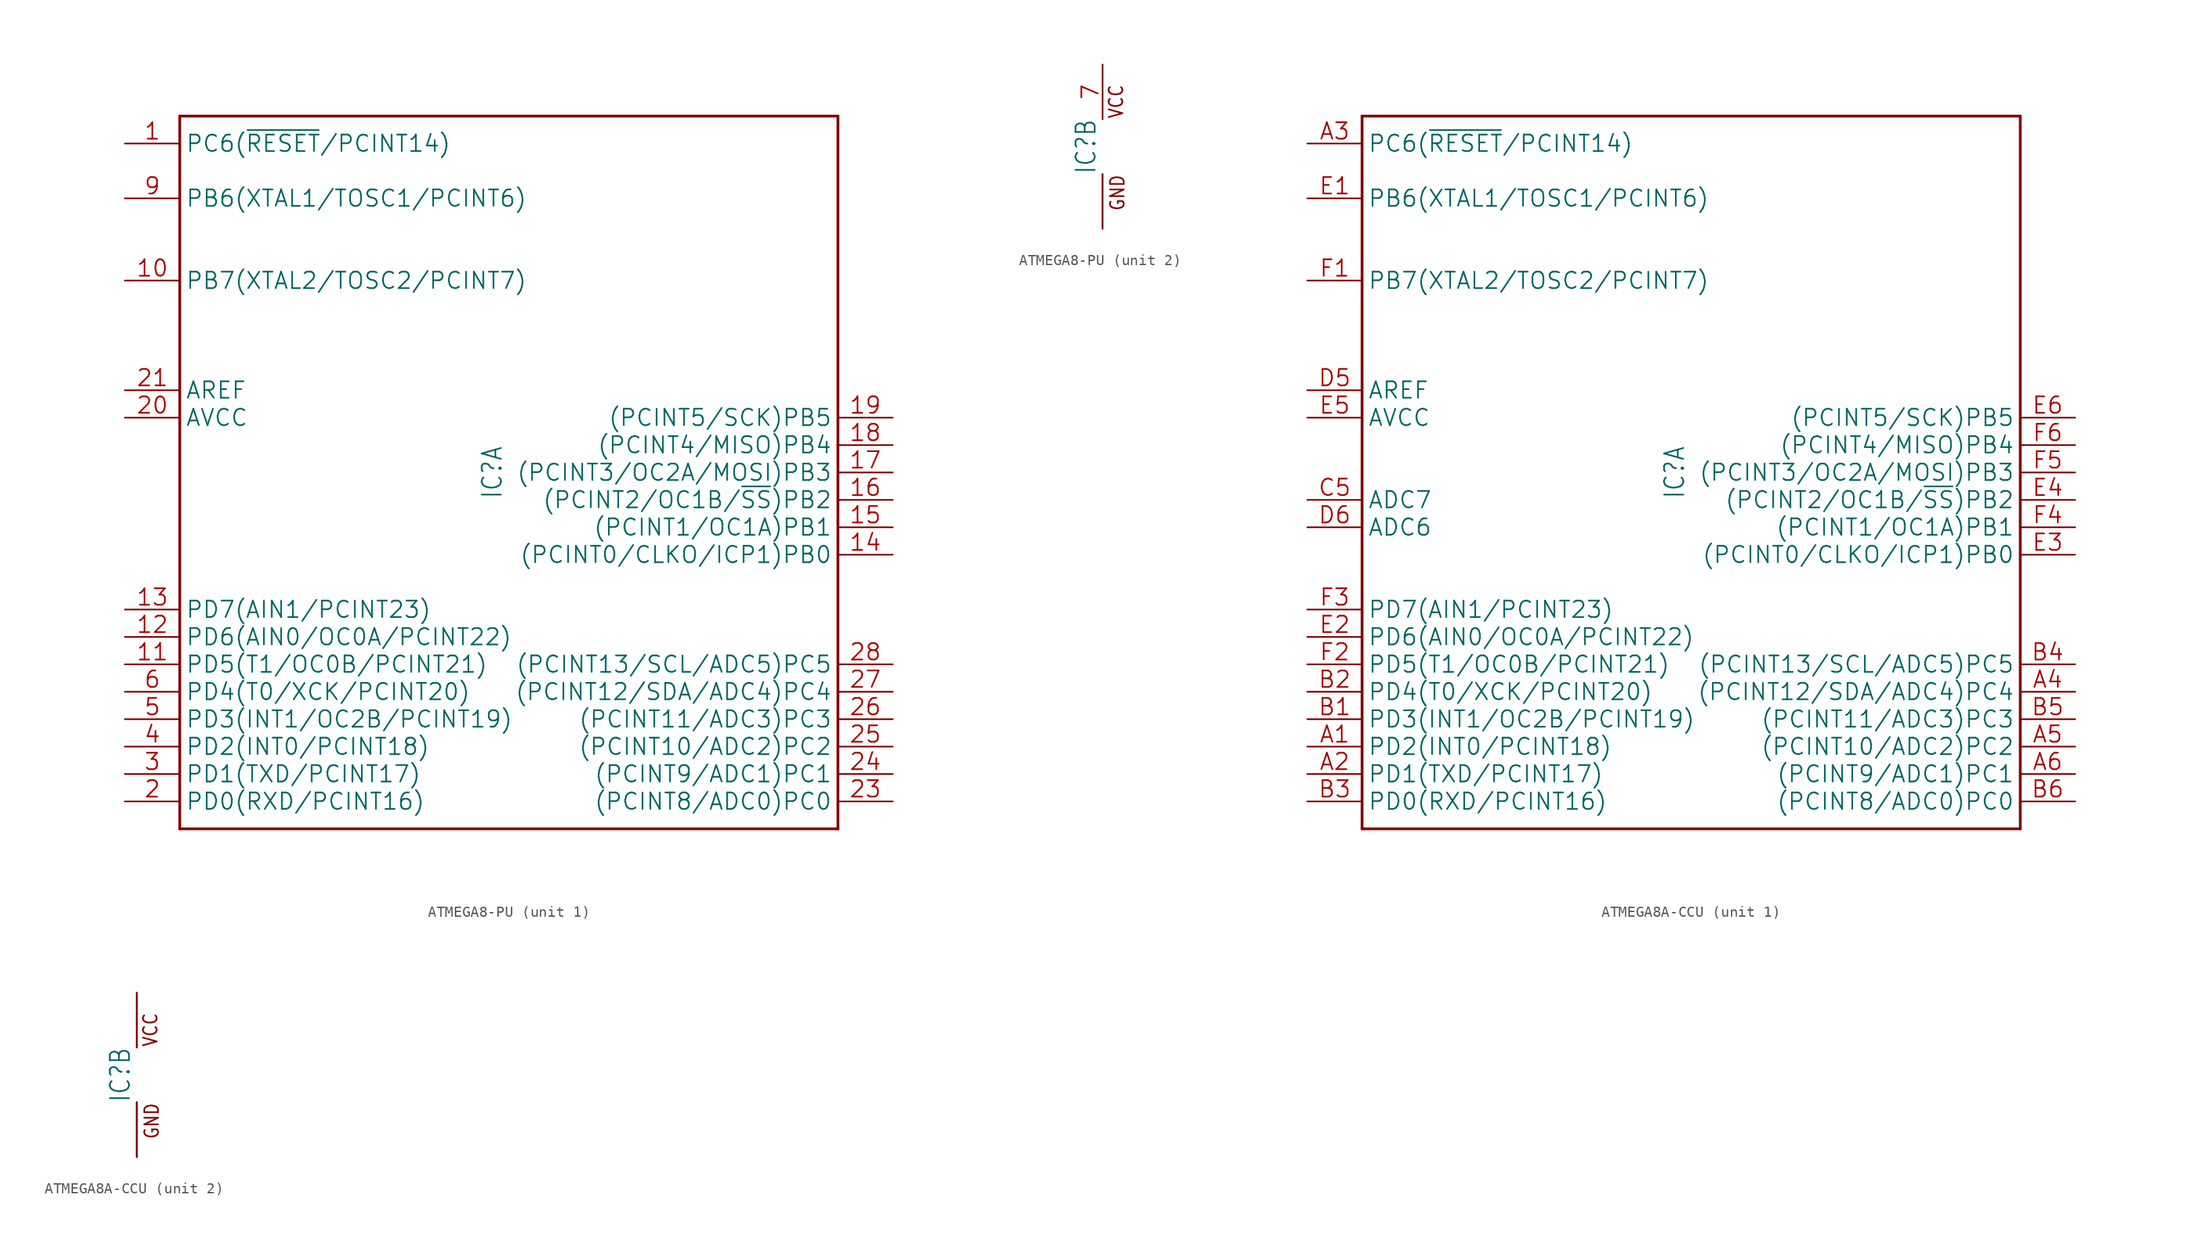
<source format=kicad_sym>
(kicad_symbol_lib
  (version 20241209)
  (generator "kicad_symbol_editor")
  (generator_version "9.0")
  (symbol "ATMEGA8-PU"
    (property "Reference" "IC"
      (at -0.508 0 90)
      (effects (font (size 1.778 1.511)) (justify bottom)))
    (property "ki_locked" ""
      (at 0 0 0)
      (effects (font (size 1.27 1.27))))
    (symbol "ATMEGA8-PU_1_0"
      (polyline (pts (xy -30.48 33.02) (xy 30.48 33.02)) (stroke (width 0.254) (type solid)) (fill (type none)))
      (polyline (pts (xy -30.48 -33.02) (xy -30.48 33.02)) (stroke (width 0.254) (type solid)) (fill (type none)))
      (polyline (pts (xy 30.48 33.02) (xy 30.48 -33.02)) (stroke (width 0.254) (type solid)) (fill (type none)))
      (polyline (pts (xy 30.48 -33.02) (xy -30.48 -33.02)) (stroke (width 0.254) (type solid)) (fill (type none)))
      (pin bidirectional line (at -35.56 30.48 0) (length 5.08) (name "PC6(~{RESET}/PCINT14)" (effects (font (size 1.524 1.524)))) (number "1" (effects (font (size 1.524 1.524)))))
      (pin bidirectional line (at -35.56 25.4 0) (length 5.08) (name "PB6(XTAL1/TOSC1/PCINT6)" (effects (font (size 1.524 1.524)))) (number "9" (effects (font (size 1.524 1.524)))))
      (pin bidirectional line (at -35.56 17.78 0) (length 5.08) (name "PB7(XTAL2/TOSC2/PCINT7)" (effects (font (size 1.524 1.524)))) (number "10" (effects (font (size 1.524 1.524)))))
      (pin passive line (at -35.56 7.62 0) (length 5.08) (name "AREF" (effects (font (size 1.524 1.524)))) (number "21" (effects (font (size 1.524 1.524)))))
      (pin power_in line (at -35.56 5.08 0) (length 5.08) (name "AVCC" (effects (font (size 1.524 1.524)))) (number "20" (effects (font (size 1.524 1.524)))))
      (pin bidirectional line (at -35.56 -12.7 0) (length 5.08) (name "PD7(AIN1/PCINT23)" (effects (font (size 1.524 1.524)))) (number "13" (effects (font (size 1.524 1.524)))))
      (pin bidirectional line (at -35.56 -15.24 0) (length 5.08) (name "PD6(AIN0/OC0A/PCINT22)" (effects (font (size 1.524 1.524)))) (number "12" (effects (font (size 1.524 1.524)))))
      (pin bidirectional line (at -35.56 -17.78 0) (length 5.08) (name "PD5(T1/OC0B/PCINT21)" (effects (font (size 1.524 1.524)))) (number "11" (effects (font (size 1.524 1.524)))))
      (pin bidirectional line (at -35.56 -20.32 0) (length 5.08) (name "PD4(T0/XCK/PCINT20)" (effects (font (size 1.524 1.524)))) (number "6" (effects (font (size 1.524 1.524)))))
      (pin bidirectional line (at -35.56 -22.86 0) (length 5.08) (name "PD3(INT1/OC2B/PCINT19)" (effects (font (size 1.524 1.524)))) (number "5" (effects (font (size 1.524 1.524)))))
      (pin bidirectional line (at -35.56 -25.4 0) (length 5.08) (name "PD2(INT0/PCINT18)" (effects (font (size 1.524 1.524)))) (number "4" (effects (font (size 1.524 1.524)))))
      (pin bidirectional line (at -35.56 -27.94 0) (length 5.08) (name "PD1(TXD/PCINT17)" (effects (font (size 1.524 1.524)))) (number "3" (effects (font (size 1.524 1.524)))))
      (pin bidirectional line (at -35.56 -30.48 0) (length 5.08) (name "PD0(RXD/PCINT16)" (effects (font (size 1.524 1.524)))) (number "2" (effects (font (size 1.524 1.524)))))
      (pin bidirectional line (at 35.56 5.08 180) (length 5.08) (name "(PCINT5/SCK)PB5" (effects (font (size 1.524 1.524)))) (number "19" (effects (font (size 1.524 1.524)))))
      (pin bidirectional line (at 35.56 2.54 180) (length 5.08) (name "(PCINT4/MISO)PB4" (effects (font (size 1.524 1.524)))) (number "18" (effects (font (size 1.524 1.524)))))
      (pin bidirectional line (at 35.56 0 180) (length 5.08) (name "(PCINT3/OC2A/MOSI)PB3" (effects (font (size 1.524 1.524)))) (number "17" (effects (font (size 1.524 1.524)))))
      (pin bidirectional line (at 35.56 -2.54 180) (length 5.08) (name "(PCINT2/OC1B/~{SS})PB2" (effects (font (size 1.524 1.524)))) (number "16" (effects (font (size 1.524 1.524)))))
      (pin bidirectional line (at 35.56 -5.08 180) (length 5.08) (name "(PCINT1/OC1A)PB1" (effects (font (size 1.524 1.524)))) (number "15" (effects (font (size 1.524 1.524)))))
      (pin bidirectional line (at 35.56 -7.62 180) (length 5.08) (name "(PCINT0/CLKO/ICP1)PB0" (effects (font (size 1.524 1.524)))) (number "14" (effects (font (size 1.524 1.524)))))
      (pin bidirectional line (at 35.56 -17.78 180) (length 5.08) (name "(PCINT13/SCL/ADC5)PC5" (effects (font (size 1.524 1.524)))) (number "28" (effects (font (size 1.524 1.524)))))
      (pin bidirectional line (at 35.56 -20.32 180) (length 5.08) (name "(PCINT12/SDA/ADC4)PC4" (effects (font (size 1.524 1.524)))) (number "27" (effects (font (size 1.524 1.524)))))
      (pin bidirectional line (at 35.56 -22.86 180) (length 5.08) (name "(PCINT11/ADC3)PC3" (effects (font (size 1.524 1.524)))) (number "26" (effects (font (size 1.524 1.524)))))
      (pin bidirectional line (at 35.56 -25.4 180) (length 5.08) (name "(PCINT10/ADC2)PC2" (effects (font (size 1.524 1.524)))) (number "25" (effects (font (size 1.524 1.524)))))
      (pin bidirectional line (at 35.56 -27.94 180) (length 5.08) (name "(PCINT9/ADC1)PC1" (effects (font (size 1.524 1.524)))) (number "24" (effects (font (size 1.524 1.524)))))
      (pin bidirectional line (at 35.56 -30.48 180) (length 5.08) (name "(PCINT8/ADC0)PC0" (effects (font (size 1.524 1.524)))) (number "23" (effects (font (size 1.524 1.524))))))
    (symbol "ATMEGA8-PU_2_0"
      (text "VCC" (at 0.508 2.54 900) (effects (font (size 1.27 1.079)) (justify left top)))
      (text "GND" (at 0.635 -2.54 900) (effects (font (size 1.27 1.079)) (justify right top)))
      (pin power_in line (at 0 7.62 270) (length 5.08) (name "VCC" (effects (font (size 0 0)))) (number "7" (effects (font (size 1.524 1.524)))))
      (pin power_in line (at 0 -7.62 90) (length 5.08) (name "GND" (effects (font (size 0 0)))) (number "22" (effects (font (size 0 0)))))
      (pin power_in line (at 0 -7.62 90) (length 5.08) (name "GND" (effects (font (size 0 0)))) (number "8" (effects (font (size 0 0)))))))
  (symbol "ATMEGA8A-CCU"
    (property "Reference" "IC"
      (at -0.508 0 90)
      (effects (font (size 1.778 1.511)) (justify bottom)))
    (property "ki_locked" ""
      (at 0 0 0)
      (effects (font (size 1.27 1.27))))
    (symbol "ATMEGA8A-CCU_1_0"
      (polyline (pts (xy -30.48 33.02) (xy 30.48 33.02)) (stroke (width 0.254) (type solid)) (fill (type none)))
      (polyline (pts (xy -30.48 -33.02) (xy -30.48 33.02)) (stroke (width 0.254) (type solid)) (fill (type none)))
      (polyline (pts (xy 30.48 33.02) (xy 30.48 -33.02)) (stroke (width 0.254) (type solid)) (fill (type none)))
      (polyline (pts (xy 30.48 -33.02) (xy -30.48 -33.02)) (stroke (width 0.254) (type solid)) (fill (type none)))
      (pin bidirectional line (at -35.56 30.48 0) (length 5.08) (name "PC6(~{RESET}/PCINT14)" (effects (font (size 1.524 1.524)))) (number "A3" (effects (font (size 1.524 1.524)))))
      (pin bidirectional line (at -35.56 25.4 0) (length 5.08) (name "PB6(XTAL1/TOSC1/PCINT6)" (effects (font (size 1.524 1.524)))) (number "E1" (effects (font (size 1.524 1.524)))))
      (pin bidirectional line (at -35.56 17.78 0) (length 5.08) (name "PB7(XTAL2/TOSC2/PCINT7)" (effects (font (size 1.524 1.524)))) (number "F1" (effects (font (size 1.524 1.524)))))
      (pin passive line (at -35.56 7.62 0) (length 5.08) (name "AREF" (effects (font (size 1.524 1.524)))) (number "D5" (effects (font (size 1.524 1.524)))))
      (pin power_in line (at -35.56 5.08 0) (length 5.08) (name "AVCC" (effects (font (size 1.524 1.524)))) (number "E5" (effects (font (size 1.524 1.524)))))
      (pin bidirectional line (at -35.56 -2.54 0) (length 5.08) (name "ADC7" (effects (font (size 1.524 1.524)))) (number "C5" (effects (font (size 1.524 1.524)))))
      (pin bidirectional line (at -35.56 -5.08 0) (length 5.08) (name "ADC6" (effects (font (size 1.524 1.524)))) (number "D6" (effects (font (size 1.524 1.524)))))
      (pin bidirectional line (at -35.56 -12.7 0) (length 5.08) (name "PD7(AIN1/PCINT23)" (effects (font (size 1.524 1.524)))) (number "F3" (effects (font (size 1.524 1.524)))))
      (pin bidirectional line (at -35.56 -15.24 0) (length 5.08) (name "PD6(AIN0/OC0A/PCINT22)" (effects (font (size 1.524 1.524)))) (number "E2" (effects (font (size 1.524 1.524)))))
      (pin bidirectional line (at -35.56 -17.78 0) (length 5.08) (name "PD5(T1/OC0B/PCINT21)" (effects (font (size 1.524 1.524)))) (number "F2" (effects (font (size 1.524 1.524)))))
      (pin bidirectional line (at -35.56 -20.32 0) (length 5.08) (name "PD4(T0/XCK/PCINT20)" (effects (font (size 1.524 1.524)))) (number "B2" (effects (font (size 1.524 1.524)))))
      (pin bidirectional line (at -35.56 -22.86 0) (length 5.08) (name "PD3(INT1/OC2B/PCINT19)" (effects (font (size 1.524 1.524)))) (number "B1" (effects (font (size 1.524 1.524)))))
      (pin bidirectional line (at -35.56 -25.4 0) (length 5.08) (name "PD2(INT0/PCINT18)" (effects (font (size 1.524 1.524)))) (number "A1" (effects (font (size 1.524 1.524)))))
      (pin bidirectional line (at -35.56 -27.94 0) (length 5.08) (name "PD1(TXD/PCINT17)" (effects (font (size 1.524 1.524)))) (number "A2" (effects (font (size 1.524 1.524)))))
      (pin bidirectional line (at -35.56 -30.48 0) (length 5.08) (name "PD0(RXD/PCINT16)" (effects (font (size 1.524 1.524)))) (number "B3" (effects (font (size 1.524 1.524)))))
      (pin bidirectional line (at 35.56 5.08 180) (length 5.08) (name "(PCINT5/SCK)PB5" (effects (font (size 1.524 1.524)))) (number "E6" (effects (font (size 1.524 1.524)))))
      (pin bidirectional line (at 35.56 2.54 180) (length 5.08) (name "(PCINT4/MISO)PB4" (effects (font (size 1.524 1.524)))) (number "F6" (effects (font (size 1.524 1.524)))))
      (pin bidirectional line (at 35.56 0 180) (length 5.08) (name "(PCINT3/OC2A/MOSI)PB3" (effects (font (size 1.524 1.524)))) (number "F5" (effects (font (size 1.524 1.524)))))
      (pin bidirectional line (at 35.56 -2.54 180) (length 5.08) (name "(PCINT2/OC1B/~{SS})PB2" (effects (font (size 1.524 1.524)))) (number "E4" (effects (font (size 1.524 1.524)))))
      (pin bidirectional line (at 35.56 -5.08 180) (length 5.08) (name "(PCINT1/OC1A)PB1" (effects (font (size 1.524 1.524)))) (number "F4" (effects (font (size 1.524 1.524)))))
      (pin bidirectional line (at 35.56 -7.62 180) (length 5.08) (name "(PCINT0/CLKO/ICP1)PB0" (effects (font (size 1.524 1.524)))) (number "E3" (effects (font (size 1.524 1.524)))))
      (pin bidirectional line (at 35.56 -17.78 180) (length 5.08) (name "(PCINT13/SCL/ADC5)PC5" (effects (font (size 1.524 1.524)))) (number "B4" (effects (font (size 1.524 1.524)))))
      (pin bidirectional line (at 35.56 -20.32 180) (length 5.08) (name "(PCINT12/SDA/ADC4)PC4" (effects (font (size 1.524 1.524)))) (number "A4" (effects (font (size 1.524 1.524)))))
      (pin bidirectional line (at 35.56 -22.86 180) (length 5.08) (name "(PCINT11/ADC3)PC3" (effects (font (size 1.524 1.524)))) (number "B5" (effects (font (size 1.524 1.524)))))
      (pin bidirectional line (at 35.56 -25.4 180) (length 5.08) (name "(PCINT10/ADC2)PC2" (effects (font (size 1.524 1.524)))) (number "A5" (effects (font (size 1.524 1.524)))))
      (pin bidirectional line (at 35.56 -27.94 180) (length 5.08) (name "(PCINT9/ADC1)PC1" (effects (font (size 1.524 1.524)))) (number "A6" (effects (font (size 1.524 1.524)))))
      (pin bidirectional line (at 35.56 -30.48 180) (length 5.08) (name "(PCINT8/ADC0)PC0" (effects (font (size 1.524 1.524)))) (number "B6" (effects (font (size 1.524 1.524))))))
    (symbol "ATMEGA8A-CCU_2_0"
      (text "VCC" (at 0.508 2.54 900) (effects (font (size 1.27 1.079)) (justify left top)))
      (text "GND" (at 0.635 -2.54 900) (effects (font (size 1.27 1.079)) (justify right top)))
      (pin power_in line (at 0 7.62 270) (length 5.08) (name "VCC" (effects (font (size 0 0)))) (number "D1" (effects (font (size 0 0)))))
      (pin power_in line (at 0 7.62 270) (length 5.08) (name "VCC" (effects (font (size 0 0)))) (number "D2" (effects (font (size 0 0)))))
      (pin power_in line (at 0 -7.62 90) (length 5.08) (name "GND" (effects (font (size 0 0)))) (number "C1" (effects (font (size 0 0)))))
      (pin power_in line (at 0 -7.62 90) (length 5.08) (name "GND" (effects (font (size 0 0)))) (number "C2" (effects (font (size 0 0)))))
      (pin power_in line (at 0 -7.62 90) (length 5.08) (name "GND" (effects (font (size 0 0)))) (number "C6" (effects (font (size 0 0))))))))
</source>
